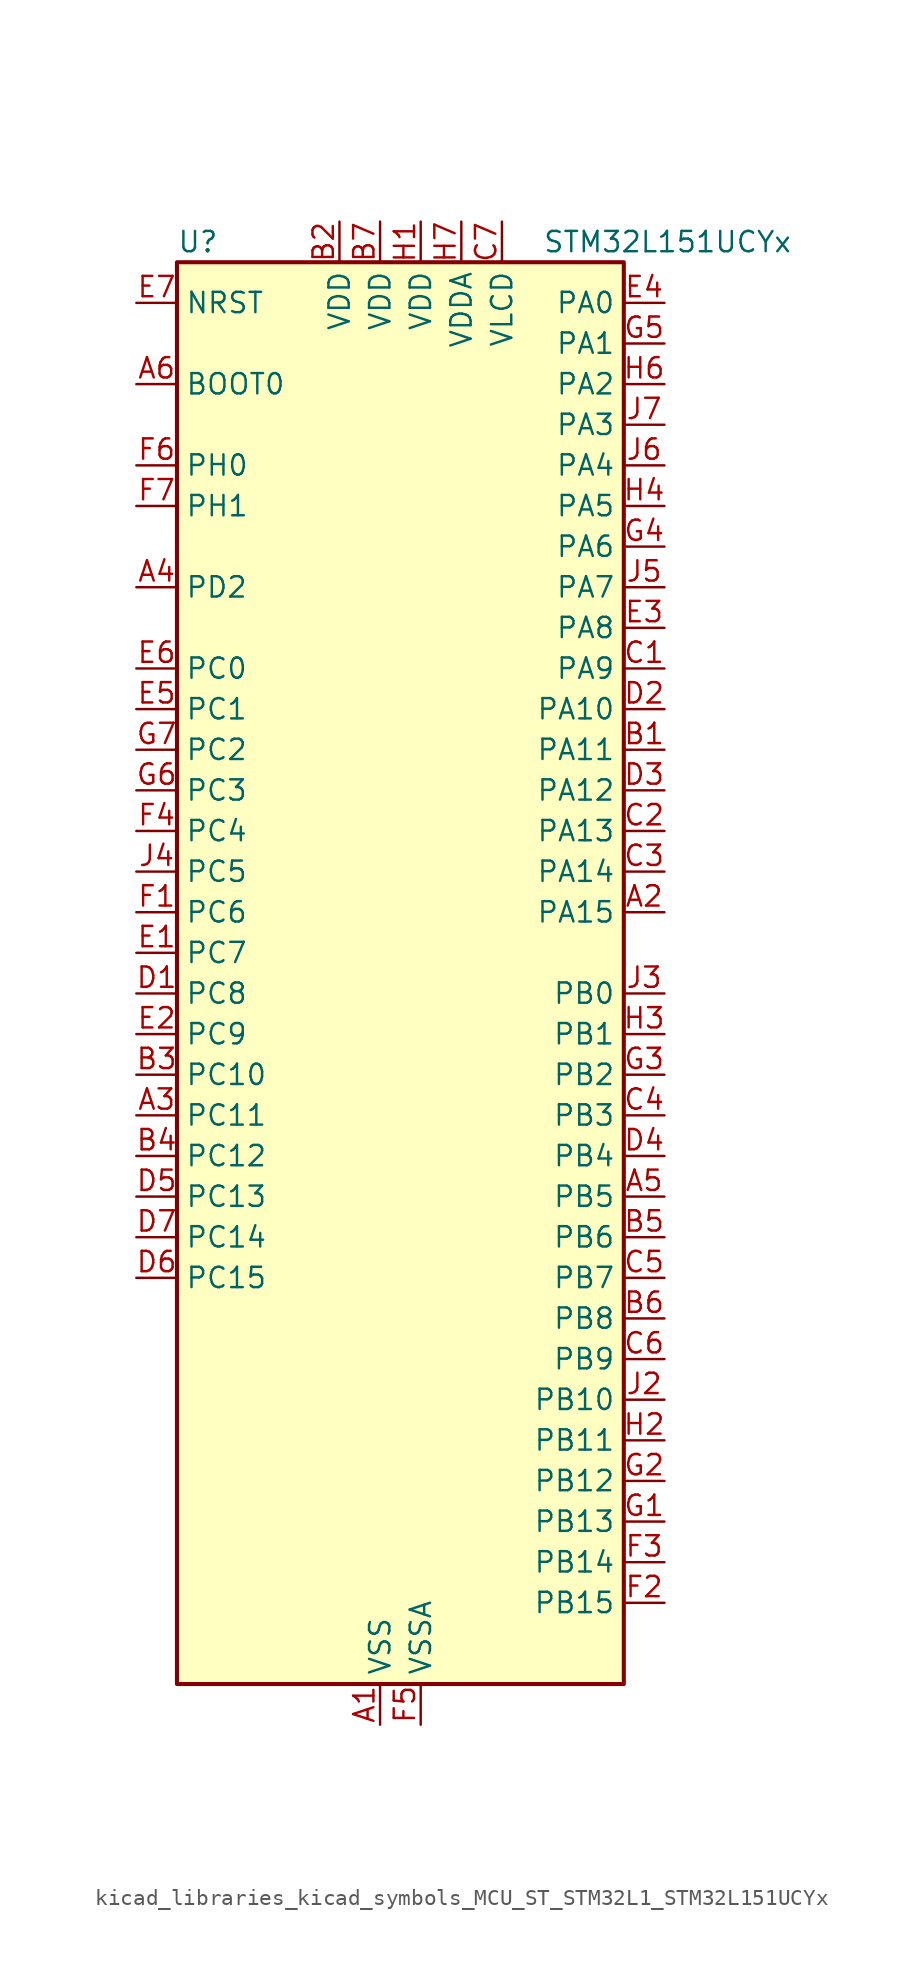
<source format=kicad_sym>
(kicad_symbol_lib
  (version 20220914)
  (generator kicad_symbol_editor)
  (symbol "kicad_libraries_kicad_symbols_MCU_ST_STM32L1_STM32L151UCYx"
    (property "Reference" "U"
      (at -12.7 46.99 0)
      (effects (font (size 1.27 1.27)) (justify left)))
    (property "Value" "STM32L151UCYx"
      (at 10.16 46.99 0)
      (effects (font (size 1.27 1.27)) (justify left)))
    (property "ki_locked" ""
      (at 0 0 0)
      (effects (font (size 1.27 1.27))))
    (symbol "kicad_libraries_kicad_symbols_MCU_ST_STM32L1_STM32L151UCYx_0_1"
      (rectangle (start -12.7 -43.18) (end 15.24 45.72) (stroke (width 0.254) (type default)) (fill (type background))))
    (symbol "kicad_libraries_kicad_symbols_MCU_ST_STM32L1_STM32L151UCYx_1_1"
      (pin power_in line (at 0 -45.72 90) (length 2.54) (name "VSS" (effects (font (size 1.27 1.27)))) (number "A1" (effects (font (size 1.27 1.27)))))
      (pin bidirectional line (at 17.78 5.08 180) (length 2.54) (name "PA15" (effects (font (size 1.27 1.27)))) (number "A2" (effects (font (size 1.27 1.27)))) (alternate "ADC_EXTI15" bidirectional line) (alternate "I2S3_WS" bidirectional line) (alternate "SPI1_NSS" bidirectional line) (alternate "SPI3_NSS" bidirectional line) (alternate "SYS_JTDI" bidirectional line) (alternate "TIM2_CH1" bidirectional line) (alternate "TIM2_ETR" bidirectional line) (alternate "TIMX_IC4" bidirectional line) (alternate "TS_G5_IO3" bidirectional line))
      (pin bidirectional line (at -15.24 -7.62 0) (length 2.54) (name "PC11" (effects (font (size 1.27 1.27)))) (number "A3" (effects (font (size 1.27 1.27)))) (alternate "ADC_EXTI11" bidirectional line) (alternate "SPI3_MISO" bidirectional line) (alternate "TIMX_IC4" bidirectional line) (alternate "USART3_RX" bidirectional line))
      (pin bidirectional line (at -15.24 25.4 0) (length 2.54) (name "PD2" (effects (font (size 1.27 1.27)))) (number "A4" (effects (font (size 1.27 1.27)))) (alternate "TIM3_ETR" bidirectional line) (alternate "TIMX_IC3" bidirectional line))
      (pin bidirectional line (at 17.78 -12.7 180) (length 2.54) (name "PB5" (effects (font (size 1.27 1.27)))) (number "A5" (effects (font (size 1.27 1.27)))) (alternate "COMP2_INP" bidirectional line) (alternate "I2C1_SMBA" bidirectional line) (alternate "I2S3_SD" bidirectional line) (alternate "SPI1_MOSI" bidirectional line) (alternate "SPI3_MOSI" bidirectional line) (alternate "TIM3_CH2" bidirectional line) (alternate "TS_G6_IO2" bidirectional line))
      (pin input line (at -15.24 38.1 0) (length 2.54) (name "BOOT0" (effects (font (size 1.27 1.27)))) (number "A6" (effects (font (size 1.27 1.27)))))
      (pin passive line (at 0 -45.72 90) (length 2.54) hide (name "VSS" (effects (font (size 1.27 1.27)))) (number "A7" (effects (font (size 1.27 1.27)))))
      (pin bidirectional line (at 17.78 15.24 180) (length 2.54) (name "PA11" (effects (font (size 1.27 1.27)))) (number "B1" (effects (font (size 1.27 1.27)))) (alternate "ADC_EXTI11" bidirectional line) (alternate "SPI1_MISO" bidirectional line) (alternate "TIMX_IC4" bidirectional line) (alternate "USART1_CTS" bidirectional line) (alternate "USB_DM" bidirectional line))
      (pin power_in line (at -2.54 48.26 270) (length 2.54) (name "VDD" (effects (font (size 1.27 1.27)))) (number "B2" (effects (font (size 1.27 1.27)))))
      (pin bidirectional line (at -15.24 -5.08 0) (length 2.54) (name "PC10" (effects (font (size 1.27 1.27)))) (number "B3" (effects (font (size 1.27 1.27)))) (alternate "I2S3_CK" bidirectional line) (alternate "SPI3_SCK" bidirectional line) (alternate "TIMX_IC3" bidirectional line) (alternate "USART3_TX" bidirectional line))
      (pin bidirectional line (at -15.24 -10.16 0) (length 2.54) (name "PC12" (effects (font (size 1.27 1.27)))) (number "B4" (effects (font (size 1.27 1.27)))) (alternate "I2S3_SD" bidirectional line) (alternate "SPI3_MOSI" bidirectional line) (alternate "TIMX_IC1" bidirectional line) (alternate "USART3_CK" bidirectional line))
      (pin bidirectional line (at 17.78 -15.24 180) (length 2.54) (name "PB6" (effects (font (size 1.27 1.27)))) (number "B5" (effects (font (size 1.27 1.27)))) (alternate "COMP2_INP" bidirectional line) (alternate "I2C1_SCL" bidirectional line) (alternate "TIM4_CH1" bidirectional line) (alternate "TS_G6_IO3" bidirectional line) (alternate "USART1_TX" bidirectional line))
      (pin bidirectional line (at 17.78 -20.32 180) (length 2.54) (name "PB8" (effects (font (size 1.27 1.27)))) (number "B6" (effects (font (size 1.27 1.27)))) (alternate "I2C1_SCL" bidirectional line) (alternate "TIM10_CH1" bidirectional line) (alternate "TIM4_CH3" bidirectional line))
      (pin power_in line (at 0 48.26 270) (length 2.54) (name "VDD" (effects (font (size 1.27 1.27)))) (number "B7" (effects (font (size 1.27 1.27)))))
      (pin bidirectional line (at 17.78 20.32 180) (length 2.54) (name "PA9" (effects (font (size 1.27 1.27)))) (number "C1" (effects (font (size 1.27 1.27)))) (alternate "DAC_EXTI9" bidirectional line) (alternate "TIMX_IC2" bidirectional line) (alternate "TS_G4_IO2" bidirectional line) (alternate "USART1_TX" bidirectional line))
      (pin bidirectional line (at 17.78 10.16 180) (length 2.54) (name "PA13" (effects (font (size 1.27 1.27)))) (number "C2" (effects (font (size 1.27 1.27)))) (alternate "SYS_JTMS-SWDIO" bidirectional line) (alternate "TIMX_IC2" bidirectional line) (alternate "TS_G5_IO1" bidirectional line))
      (pin bidirectional line (at 17.78 7.62 180) (length 2.54) (name "PA14" (effects (font (size 1.27 1.27)))) (number "C3" (effects (font (size 1.27 1.27)))) (alternate "SYS_JTCK-SWCLK" bidirectional line) (alternate "TIMX_IC3" bidirectional line) (alternate "TS_G5_IO2" bidirectional line))
      (pin bidirectional line (at 17.78 -7.62 180) (length 2.54) (name "PB3" (effects (font (size 1.27 1.27)))) (number "C4" (effects (font (size 1.27 1.27)))) (alternate "COMP2_INM" bidirectional line) (alternate "I2S3_CK" bidirectional line) (alternate "SPI1_SCK" bidirectional line) (alternate "SPI3_SCK" bidirectional line) (alternate "SYS_JTDO-TRACESWO" bidirectional line) (alternate "TIM2_CH2" bidirectional line))
      (pin bidirectional line (at 17.78 -17.78 180) (length 2.54) (name "PB7" (effects (font (size 1.27 1.27)))) (number "C5" (effects (font (size 1.27 1.27)))) (alternate "COMP2_INP" bidirectional line) (alternate "I2C1_SDA" bidirectional line) (alternate "SYS_PVD_IN" bidirectional line) (alternate "TIM4_CH2" bidirectional line) (alternate "TS_G6_IO4" bidirectional line) (alternate "USART1_RX" bidirectional line))
      (pin bidirectional line (at 17.78 -22.86 180) (length 2.54) (name "PB9" (effects (font (size 1.27 1.27)))) (number "C6" (effects (font (size 1.27 1.27)))) (alternate "DAC_EXTI9" bidirectional line) (alternate "I2C1_SDA" bidirectional line) (alternate "TIM11_CH1" bidirectional line) (alternate "TIM4_CH4" bidirectional line))
      (pin power_in line (at 7.62 48.26 270) (length 2.54) (name "VLCD" (effects (font (size 1.27 1.27)))) (number "C7" (effects (font (size 1.27 1.27)))))
      (pin bidirectional line (at -15.24 0 0) (length 2.54) (name "PC8" (effects (font (size 1.27 1.27)))) (number "D1" (effects (font (size 1.27 1.27)))) (alternate "TIM3_CH3" bidirectional line) (alternate "TIMX_IC1" bidirectional line) (alternate "TS_G10_IO3" bidirectional line))
      (pin bidirectional line (at 17.78 17.78 180) (length 2.54) (name "PA10" (effects (font (size 1.27 1.27)))) (number "D2" (effects (font (size 1.27 1.27)))) (alternate "TIMX_IC3" bidirectional line) (alternate "TS_G4_IO3" bidirectional line) (alternate "USART1_RX" bidirectional line))
      (pin bidirectional line (at 17.78 12.7 180) (length 2.54) (name "PA12" (effects (font (size 1.27 1.27)))) (number "D3" (effects (font (size 1.27 1.27)))) (alternate "SPI1_MOSI" bidirectional line) (alternate "TIMX_IC1" bidirectional line) (alternate "USART1_RTS" bidirectional line) (alternate "USB_DP" bidirectional line))
      (pin bidirectional line (at 17.78 -10.16 180) (length 2.54) (name "PB4" (effects (font (size 1.27 1.27)))) (number "D4" (effects (font (size 1.27 1.27)))) (alternate "COMP2_INP" bidirectional line) (alternate "SPI1_MISO" bidirectional line) (alternate "SPI3_MISO" bidirectional line) (alternate "SYS_JTRST" bidirectional line) (alternate "TIM3_CH1" bidirectional line) (alternate "TS_G6_IO1" bidirectional line))
      (pin bidirectional line (at -15.24 -12.7 0) (length 2.54) (name "PC13" (effects (font (size 1.27 1.27)))) (number "D5" (effects (font (size 1.27 1.27)))) (alternate "RTC_OUT_ALARM" bidirectional line) (alternate "RTC_OUT_CALIB" bidirectional line) (alternate "RTC_TAMP1" bidirectional line) (alternate "RTC_TS" bidirectional line) (alternate "SYS_WKUP2" bidirectional line) (alternate "TIMX_IC2" bidirectional line))
      (pin bidirectional line (at -15.24 -17.78 0) (length 2.54) (name "PC15" (effects (font (size 1.27 1.27)))) (number "D6" (effects (font (size 1.27 1.27)))) (alternate "ADC_EXTI15" bidirectional line) (alternate "RCC_OSC32_OUT" bidirectional line) (alternate "TIMX_IC4" bidirectional line))
      (pin bidirectional line (at -15.24 -15.24 0) (length 2.54) (name "PC14" (effects (font (size 1.27 1.27)))) (number "D7" (effects (font (size 1.27 1.27)))) (alternate "RCC_OSC32_IN" bidirectional line) (alternate "TIMX_IC3" bidirectional line))
      (pin bidirectional line (at -15.24 2.54 0) (length 2.54) (name "PC7" (effects (font (size 1.27 1.27)))) (number "E1" (effects (font (size 1.27 1.27)))) (alternate "I2S3_MCK" bidirectional line) (alternate "TIM3_CH2" bidirectional line) (alternate "TIMX_IC4" bidirectional line) (alternate "TS_G10_IO2" bidirectional line))
      (pin bidirectional line (at -15.24 -2.54 0) (length 2.54) (name "PC9" (effects (font (size 1.27 1.27)))) (number "E2" (effects (font (size 1.27 1.27)))) (alternate "DAC_EXTI9" bidirectional line) (alternate "TIM3_CH4" bidirectional line) (alternate "TIMX_IC2" bidirectional line) (alternate "TS_G10_IO4" bidirectional line))
      (pin bidirectional line (at 17.78 22.86 180) (length 2.54) (name "PA8" (effects (font (size 1.27 1.27)))) (number "E3" (effects (font (size 1.27 1.27)))) (alternate "RCC_MCO" bidirectional line) (alternate "TIMX_IC1" bidirectional line) (alternate "TS_G4_IO1" bidirectional line) (alternate "USART1_CK" bidirectional line))
      (pin bidirectional line (at 17.78 43.18 180) (length 2.54) (name "PA0" (effects (font (size 1.27 1.27)))) (number "E4" (effects (font (size 1.27 1.27)))) (alternate "ADC_IN0" bidirectional line) (alternate "COMP1_INP" bidirectional line) (alternate "RTC_TAMP2" bidirectional line) (alternate "SYS_WKUP1" bidirectional line) (alternate "TIM2_CH1" bidirectional line) (alternate "TIM2_ETR" bidirectional line) (alternate "TIM5_CH1" bidirectional line) (alternate "TIMX_IC1" bidirectional line) (alternate "TS_G1_IO1" bidirectional line) (alternate "USART2_CTS" bidirectional line))
      (pin bidirectional line (at -15.24 17.78 0) (length 2.54) (name "PC1" (effects (font (size 1.27 1.27)))) (number "E5" (effects (font (size 1.27 1.27)))) (alternate "ADC_IN11" bidirectional line) (alternate "COMP1_INP" bidirectional line) (alternate "TIMX_IC2" bidirectional line) (alternate "TS_G8_IO2" bidirectional line))
      (pin bidirectional line (at -15.24 20.32 0) (length 2.54) (name "PC0" (effects (font (size 1.27 1.27)))) (number "E6" (effects (font (size 1.27 1.27)))) (alternate "ADC_IN10" bidirectional line) (alternate "COMP1_INP" bidirectional line) (alternate "TIMX_IC1" bidirectional line) (alternate "TS_G8_IO1" bidirectional line))
      (pin input line (at -15.24 43.18 0) (length 2.54) (name "NRST" (effects (font (size 1.27 1.27)))) (number "E7" (effects (font (size 1.27 1.27)))))
      (pin bidirectional line (at -15.24 5.08 0) (length 2.54) (name "PC6" (effects (font (size 1.27 1.27)))) (number "F1" (effects (font (size 1.27 1.27)))) (alternate "I2S2_MCK" bidirectional line) (alternate "TIM3_CH1" bidirectional line) (alternate "TIMX_IC3" bidirectional line) (alternate "TS_G10_IO1" bidirectional line))
      (pin bidirectional line (at 17.78 -38.1 180) (length 2.54) (name "PB15" (effects (font (size 1.27 1.27)))) (number "F2" (effects (font (size 1.27 1.27)))) (alternate "ADC_EXTI15" bidirectional line) (alternate "ADC_IN21" bidirectional line) (alternate "COMP1_INP" bidirectional line) (alternate "I2S2_SD" bidirectional line) (alternate "RTC_REFIN" bidirectional line) (alternate "SPI2_MOSI" bidirectional line) (alternate "TIM11_CH1" bidirectional line) (alternate "TS_G7_IO4" bidirectional line))
      (pin bidirectional line (at 17.78 -35.56 180) (length 2.54) (name "PB14" (effects (font (size 1.27 1.27)))) (number "F3" (effects (font (size 1.27 1.27)))) (alternate "ADC_IN20" bidirectional line) (alternate "COMP1_INP" bidirectional line) (alternate "SPI2_MISO" bidirectional line) (alternate "TIM9_CH2" bidirectional line) (alternate "TS_G7_IO3" bidirectional line) (alternate "USART3_RTS" bidirectional line))
      (pin bidirectional line (at -15.24 10.16 0) (length 2.54) (name "PC4" (effects (font (size 1.27 1.27)))) (number "F4" (effects (font (size 1.27 1.27)))) (alternate "ADC_IN14" bidirectional line) (alternate "COMP1_INP" bidirectional line) (alternate "TIMX_IC1" bidirectional line) (alternate "TS_G9_IO1" bidirectional line))
      (pin power_in line (at 2.54 -45.72 90) (length 2.54) (name "VSSA" (effects (font (size 1.27 1.27)))) (number "F5" (effects (font (size 1.27 1.27)))))
      (pin bidirectional line (at -15.24 33.02 0) (length 2.54) (name "PH0" (effects (font (size 1.27 1.27)))) (number "F6" (effects (font (size 1.27 1.27)))) (alternate "RCC_OSC_IN" bidirectional line))
      (pin bidirectional line (at -15.24 30.48 0) (length 2.54) (name "PH1" (effects (font (size 1.27 1.27)))) (number "F7" (effects (font (size 1.27 1.27)))) (alternate "RCC_OSC_OUT" bidirectional line))
      (pin bidirectional line (at 17.78 -33.02 180) (length 2.54) (name "PB13" (effects (font (size 1.27 1.27)))) (number "G1" (effects (font (size 1.27 1.27)))) (alternate "ADC_IN19" bidirectional line) (alternate "COMP1_INP" bidirectional line) (alternate "I2S2_CK" bidirectional line) (alternate "SPI2_SCK" bidirectional line) (alternate "TIM9_CH1" bidirectional line) (alternate "TS_G7_IO2" bidirectional line) (alternate "USART3_CTS" bidirectional line))
      (pin bidirectional line (at 17.78 -30.48 180) (length 2.54) (name "PB12" (effects (font (size 1.27 1.27)))) (number "G2" (effects (font (size 1.27 1.27)))) (alternate "ADC_IN18" bidirectional line) (alternate "COMP1_INP" bidirectional line) (alternate "I2C2_SMBA" bidirectional line) (alternate "I2S2_WS" bidirectional line) (alternate "SPI2_NSS" bidirectional line) (alternate "TIM10_CH1" bidirectional line) (alternate "TS_G7_IO1" bidirectional line) (alternate "USART3_CK" bidirectional line))
      (pin bidirectional line (at 17.78 -5.08 180) (length 2.54) (name "PB2" (effects (font (size 1.27 1.27)))) (number "G3" (effects (font (size 1.27 1.27)))) (alternate "TS_G3_IO3" bidirectional line))
      (pin bidirectional line (at 17.78 27.94 180) (length 2.54) (name "PA6" (effects (font (size 1.27 1.27)))) (number "G4" (effects (font (size 1.27 1.27)))) (alternate "ADC_IN6" bidirectional line) (alternate "COMP1_INP" bidirectional line) (alternate "OPAMP2_VINP" bidirectional line) (alternate "SPI1_MISO" bidirectional line) (alternate "TIM10_CH1" bidirectional line) (alternate "TIM3_CH1" bidirectional line) (alternate "TIMX_IC3" bidirectional line) (alternate "TS_G2_IO1" bidirectional line))
      (pin bidirectional line (at 17.78 40.64 180) (length 2.54) (name "PA1" (effects (font (size 1.27 1.27)))) (number "G5" (effects (font (size 1.27 1.27)))) (alternate "ADC_IN1" bidirectional line) (alternate "COMP1_INP" bidirectional line) (alternate "OPAMP1_VINP" bidirectional line) (alternate "TIM2_CH2" bidirectional line) (alternate "TIM5_CH2" bidirectional line) (alternate "TIMX_IC2" bidirectional line) (alternate "TS_G1_IO2" bidirectional line) (alternate "USART2_RTS" bidirectional line))
      (pin bidirectional line (at -15.24 12.7 0) (length 2.54) (name "PC3" (effects (font (size 1.27 1.27)))) (number "G6" (effects (font (size 1.27 1.27)))) (alternate "ADC_IN13" bidirectional line) (alternate "COMP1_INP" bidirectional line) (alternate "TIMX_IC4" bidirectional line) (alternate "TS_G8_IO4" bidirectional line))
      (pin bidirectional line (at -15.24 15.24 0) (length 2.54) (name "PC2" (effects (font (size 1.27 1.27)))) (number "G7" (effects (font (size 1.27 1.27)))) (alternate "ADC_IN12" bidirectional line) (alternate "COMP1_INP" bidirectional line) (alternate "TIMX_IC3" bidirectional line) (alternate "TS_G8_IO3" bidirectional line))
      (pin power_in line (at 2.54 48.26 270) (length 2.54) (name "VDD" (effects (font (size 1.27 1.27)))) (number "H1" (effects (font (size 1.27 1.27)))))
      (pin bidirectional line (at 17.78 -27.94 180) (length 2.54) (name "PB11" (effects (font (size 1.27 1.27)))) (number "H2" (effects (font (size 1.27 1.27)))) (alternate "ADC_EXTI11" bidirectional line) (alternate "I2C2_SDA" bidirectional line) (alternate "TIM2_CH4" bidirectional line) (alternate "USART3_RX" bidirectional line))
      (pin bidirectional line (at 17.78 -2.54 180) (length 2.54) (name "PB1" (effects (font (size 1.27 1.27)))) (number "H3" (effects (font (size 1.27 1.27)))) (alternate "ADC_IN9" bidirectional line) (alternate "COMP1_INP" bidirectional line) (alternate "SYS_V_REF_OUT" bidirectional line) (alternate "TIM3_CH4" bidirectional line) (alternate "TS_G3_IO2" bidirectional line))
      (pin bidirectional line (at 17.78 30.48 180) (length 2.54) (name "PA5" (effects (font (size 1.27 1.27)))) (number "H4" (effects (font (size 1.27 1.27)))) (alternate "ADC_IN5" bidirectional line) (alternate "COMP1_INP" bidirectional line) (alternate "DAC_OUT2" bidirectional line) (alternate "SPI1_SCK" bidirectional line) (alternate "TIM2_CH1" bidirectional line) (alternate "TIM2_ETR" bidirectional line) (alternate "TIMX_IC2" bidirectional line))
      (pin passive line (at 0 -45.72 90) (length 2.54) hide (name "VSS" (effects (font (size 1.27 1.27)))) (number "H5" (effects (font (size 1.27 1.27)))))
      (pin bidirectional line (at 17.78 38.1 180) (length 2.54) (name "PA2" (effects (font (size 1.27 1.27)))) (number "H6" (effects (font (size 1.27 1.27)))) (alternate "ADC_IN2" bidirectional line) (alternate "COMP1_INP" bidirectional line) (alternate "OPAMP1_VINM" bidirectional line) (alternate "TIM2_CH3" bidirectional line) (alternate "TIM5_CH3" bidirectional line) (alternate "TIM9_CH1" bidirectional line) (alternate "TIMX_IC3" bidirectional line) (alternate "TS_G1_IO3" bidirectional line) (alternate "USART2_TX" bidirectional line))
      (pin power_in line (at 5.08 48.26 270) (length 2.54) (name "VDDA" (effects (font (size 1.27 1.27)))) (number "H7" (effects (font (size 1.27 1.27)))))
      (pin passive line (at 0 -45.72 90) (length 2.54) hide (name "VSS" (effects (font (size 1.27 1.27)))) (number "J1" (effects (font (size 1.27 1.27)))))
      (pin bidirectional line (at 17.78 -25.4 180) (length 2.54) (name "PB10" (effects (font (size 1.27 1.27)))) (number "J2" (effects (font (size 1.27 1.27)))) (alternate "I2C2_SCL" bidirectional line) (alternate "TIM2_CH3" bidirectional line) (alternate "USART3_TX" bidirectional line))
      (pin bidirectional line (at 17.78 0 180) (length 2.54) (name "PB0" (effects (font (size 1.27 1.27)))) (number "J3" (effects (font (size 1.27 1.27)))) (alternate "ADC_IN8" bidirectional line) (alternate "COMP1_INP" bidirectional line) (alternate "OPAMP2_VOUT" bidirectional line) (alternate "SYS_V_REF_OUT" bidirectional line) (alternate "TIM3_CH3" bidirectional line) (alternate "TS_G3_IO1" bidirectional line))
      (pin bidirectional line (at -15.24 7.62 0) (length 2.54) (name "PC5" (effects (font (size 1.27 1.27)))) (number "J4" (effects (font (size 1.27 1.27)))) (alternate "ADC_IN15" bidirectional line) (alternate "COMP1_INP" bidirectional line) (alternate "TIMX_IC2" bidirectional line) (alternate "TS_G9_IO2" bidirectional line))
      (pin bidirectional line (at 17.78 25.4 180) (length 2.54) (name "PA7" (effects (font (size 1.27 1.27)))) (number "J5" (effects (font (size 1.27 1.27)))) (alternate "ADC_IN7" bidirectional line) (alternate "COMP1_INP" bidirectional line) (alternate "OPAMP2_VINM" bidirectional line) (alternate "SPI1_MOSI" bidirectional line) (alternate "TIM11_CH1" bidirectional line) (alternate "TIM3_CH2" bidirectional line) (alternate "TIMX_IC4" bidirectional line) (alternate "TS_G2_IO2" bidirectional line))
      (pin bidirectional line (at 17.78 33.02 180) (length 2.54) (name "PA4" (effects (font (size 1.27 1.27)))) (number "J6" (effects (font (size 1.27 1.27)))) (alternate "ADC_IN4" bidirectional line) (alternate "COMP1_INP" bidirectional line) (alternate "DAC_OUT1" bidirectional line) (alternate "I2S3_WS" bidirectional line) (alternate "SPI1_NSS" bidirectional line) (alternate "SPI3_NSS" bidirectional line) (alternate "TIMX_IC1" bidirectional line) (alternate "USART2_CK" bidirectional line))
      (pin bidirectional line (at 17.78 35.56 180) (length 2.54) (name "PA3" (effects (font (size 1.27 1.27)))) (number "J7" (effects (font (size 1.27 1.27)))) (alternate "ADC_IN3" bidirectional line) (alternate "COMP1_INP" bidirectional line) (alternate "OPAMP1_VOUT" bidirectional line) (alternate "TIM2_CH4" bidirectional line) (alternate "TIM5_CH4" bidirectional line) (alternate "TIM9_CH2" bidirectional line) (alternate "TIMX_IC4" bidirectional line) (alternate "TS_G1_IO4" bidirectional line) (alternate "USART2_RX" bidirectional line)))))
</source>
